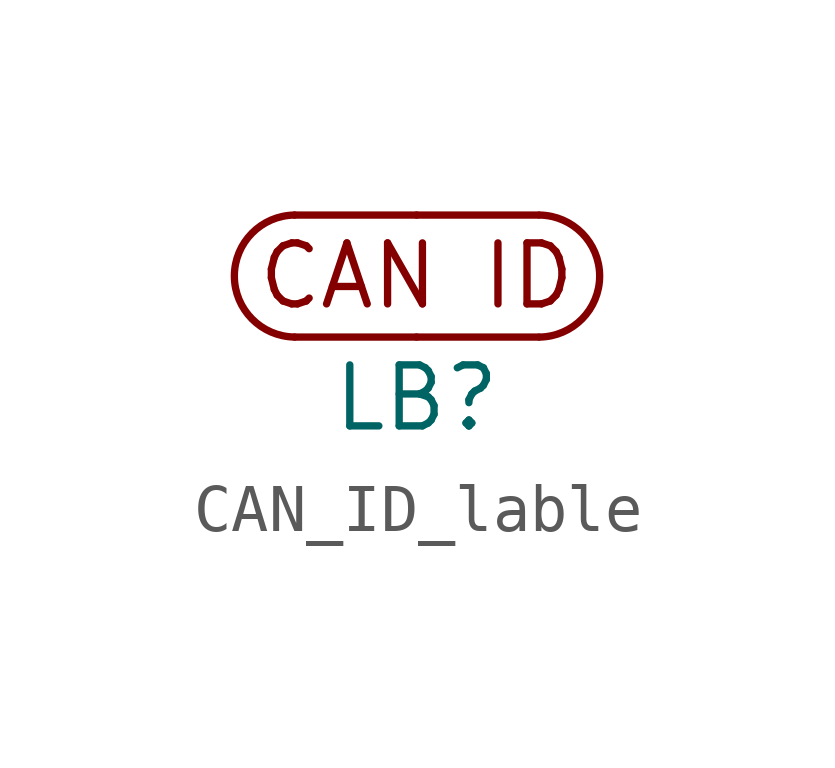
<source format=kicad_sym>
(kicad_symbol_lib
  (version 20220914)
  (generator kicad_symbol_editor)
  (symbol "CAN_ID_lable"
    (property "Reference" "LB"
      (at 0 -2.54 0)
      (effects (font (size 1.27 1.27))))
    (property "Value" ""
      (at 0 0 0)
      (effects (font (size 1.27 1.27))))
    (symbol "CAN_ID_lable_0_1"
      (arc (start -2.54 1.27) (mid -3.7942 0) (end -2.54 -1.27) (stroke (width 0) (type default)) (fill (type none)))
      (polyline (pts (xy -2.54 -1.27) (xy 0 -1.27)) (stroke (width 0) (type default)) (fill (type none)))
      (polyline (pts (xy -2.54 1.27) (xy 0 1.27)) (stroke (width 0) (type default)) (fill (type none)))
      (polyline (pts (xy 0 -1.27) (xy 2.54 -1.27)) (stroke (width 0) (type default)) (fill (type none)))
      (polyline (pts (xy 0 1.27) (xy 2.54 1.27)) (stroke (width 0) (type default)) (fill (type none)))
      (arc (start 2.5559 -1.27) (mid 3.8101 0) (end 2.5559 1.27) (stroke (width 0) (type default)) (fill (type none))))
    (symbol "CAN_ID_lable_1_1"
      (text "CAN ID" (at 0 0 0) (effects (font (size 1.27 1.27)))))))
</source>
